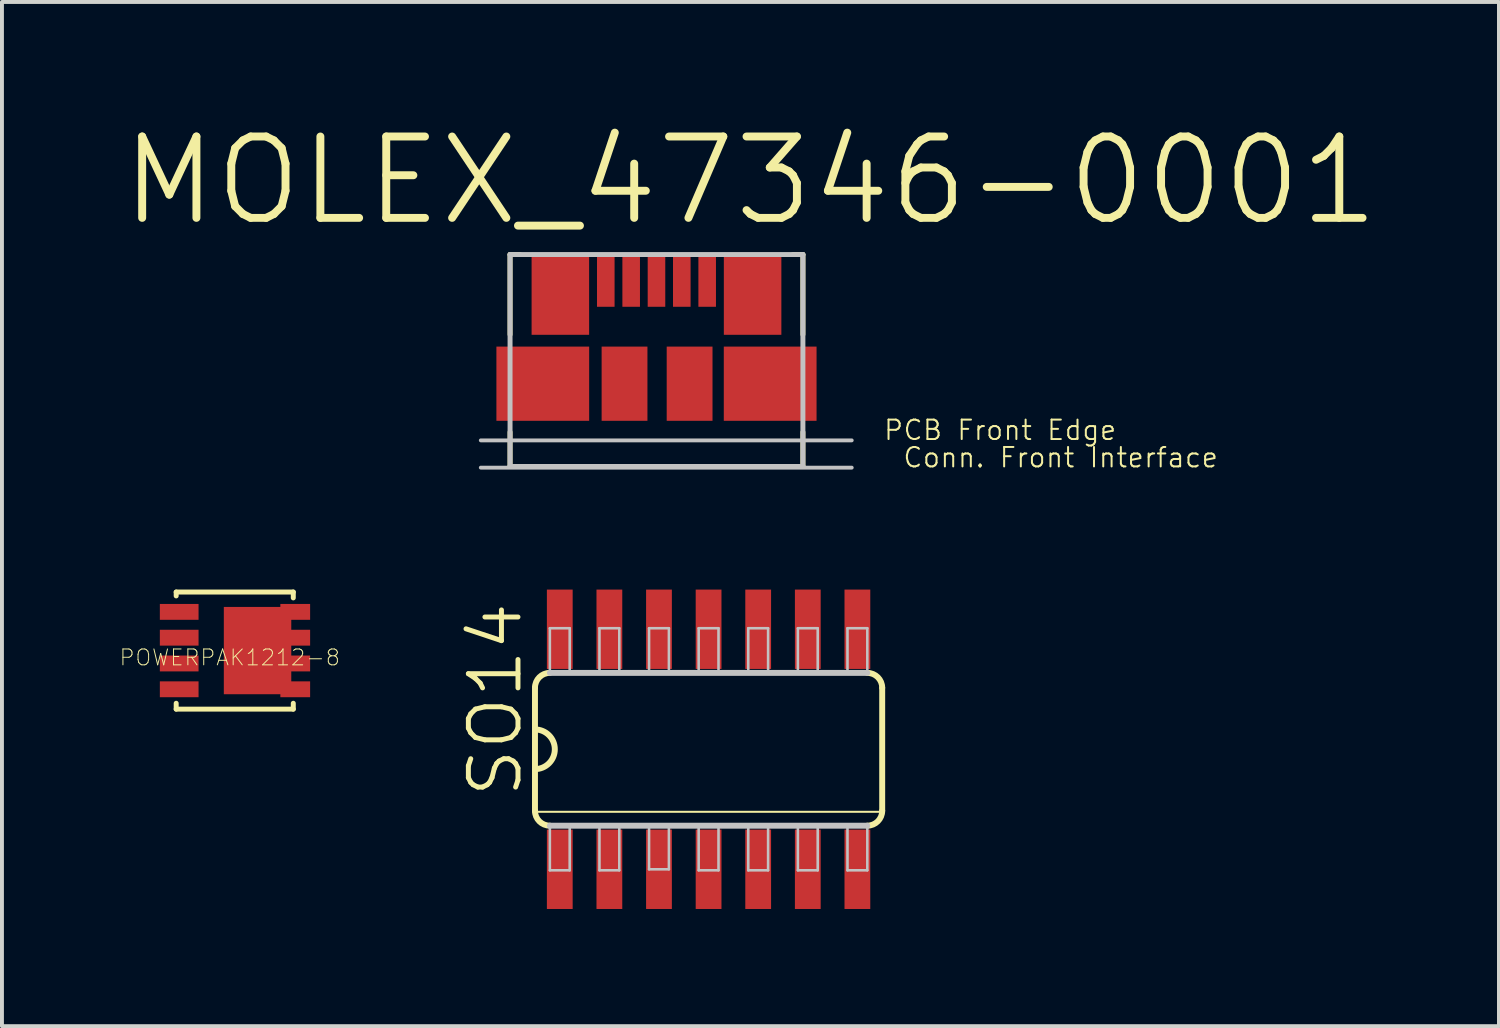
<source format=kicad_pcb>
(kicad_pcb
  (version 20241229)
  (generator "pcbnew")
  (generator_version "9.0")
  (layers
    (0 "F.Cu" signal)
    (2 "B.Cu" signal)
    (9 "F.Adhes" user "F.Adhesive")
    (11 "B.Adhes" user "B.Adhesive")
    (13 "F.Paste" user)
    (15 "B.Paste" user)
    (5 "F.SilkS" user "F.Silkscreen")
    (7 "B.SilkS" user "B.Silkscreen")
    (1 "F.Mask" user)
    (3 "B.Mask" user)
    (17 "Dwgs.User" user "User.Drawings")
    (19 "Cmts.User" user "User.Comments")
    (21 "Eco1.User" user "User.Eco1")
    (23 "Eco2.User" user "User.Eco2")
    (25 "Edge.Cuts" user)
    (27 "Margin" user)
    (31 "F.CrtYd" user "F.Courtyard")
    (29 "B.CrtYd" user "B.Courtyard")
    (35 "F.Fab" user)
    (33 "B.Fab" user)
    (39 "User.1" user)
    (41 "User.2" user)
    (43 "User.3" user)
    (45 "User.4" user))
  (footprint "MOLEX_47346-0001"
    (layer "F.Cu")
    (at 13.758 4.115)
    (property "Reference" "MOLEX_47346-0001" (at 2.405 -2.54 0) (layer "F.SilkS") (effects (font (size 2.083 2.083) (thickness 0.203))))
    (attr smd)
    (fp_line (start -3.749 -0.648) (end -3.749 1.4) (stroke (width 0.127) (type solid)) (layer "F.SilkS"))
    (fp_line (start -3.749 3.899) (end -3.749 4.778) (stroke (width 0.127) (type solid)) (layer "F.SilkS"))
    (fp_line (start -3.749 4.778) (end 3.749 4.778) (stroke (width 0.127) (type solid)) (layer "F.SilkS"))
    (fp_line (start -3.498 -0.648) (end -3.749 -0.648) (stroke (width 0.127) (type solid)) (layer "F.SilkS"))
    (fp_line (start 3.498 -0.648) (end 3.749 -0.648) (stroke (width 0.127) (type solid)) (layer "F.SilkS"))
    (fp_line (start 3.749 -0.648) (end 3.749 1.4) (stroke (width 0.127) (type solid)) (layer "F.SilkS"))
    (fp_line (start 3.749 4.778) (end 3.749 3.899) (stroke (width 0.127) (type solid)) (layer "F.SilkS"))
    (fp_line (start -4.498 4.11) (end 4.999 4.11) (stroke (width 0.099) (type solid)) (layer "Dwgs.User"))
    (fp_line (start -4.498 4.808) (end 4.999 4.808) (stroke (width 0.099) (type solid)) (layer "Dwgs.User"))
    (fp_line (start -3.749 -0.648) (end -3.749 4.778) (stroke (width 0.127) (type solid)) (layer "Dwgs.User"))
    (fp_line (start -3.749 4.778) (end 3.749 4.778) (stroke (width 0.127) (type solid)) (layer "Dwgs.User"))
    (fp_line (start 3.749 -0.648) (end -3.749 -0.648) (stroke (width 0.127) (type solid)) (layer "Dwgs.User"))
    (fp_line (start 3.749 4.778) (end 3.749 -0.648) (stroke (width 0.127) (type solid)) (layer "Dwgs.User"))
    (fp_text user "Conn. Front Interface" (at 10.348 4.549 0) (layer "F.SilkS") (effects (font (size 0.498 0.498) (thickness 0.051))))
    (fp_text user "PCB Front Edge" (at 8.799 3.848 0) (layer "F.SilkS") (effects (font (size 0.498 0.498) (thickness 0.051))))
    (pad "1" smd rect (at -1.298 0 90) (size 1.379 0.45) (layers "F.Cu" "F.Mask" "F.Paste"))
    (pad "2" smd rect (at -0.648 0 90) (size 1.379 0.45) (layers "F.Cu" "F.Mask" "F.Paste"))
    (pad "3" smd rect (at 0 0 90) (size 1.379 0.45) (layers "F.Cu" "F.Mask" "F.Paste"))
    (pad "4" smd rect (at 0.648 0 90) (size 1.379 0.45) (layers "F.Cu" "F.Mask" "F.Paste"))
    (pad "5" smd rect (at 1.298 0 90) (size 1.379 0.45) (layers "F.Cu" "F.Mask" "F.Paste"))
    (pad "M1" smd rect (at -2.461 0.358 180) (size 1.473 2.098) (layers "F.Cu" "F.Mask" "F.Paste"))
    (pad "M2" smd rect (at 2.461 0.358 180) (size 1.473 2.098) (layers "F.Cu" "F.Mask" "F.Paste"))
    (pad "M3" smd rect (at -2.911 2.659) (size 2.375 1.9) (layers "F.Cu" "F.Mask" "F.Paste"))
    (pad "M4" smd rect (at -0.818 2.659) (size 1.173 1.9) (layers "F.Cu" "F.Mask" "F.Paste"))
    (pad "M5" smd rect (at 0.848 2.659) (size 1.173 1.9) (layers "F.Cu" "F.Mask" "F.Paste"))
    (pad "M6" smd rect (at 2.911 2.659) (size 2.375 1.9) (layers "F.Cu" "F.Mask" "F.Paste")))
  (footprint "POWERPAK1212-8"
    (layer "F.Cu")
    (at 2.96 13.607)
    (property "Reference" "POWERPAK1212-8" (at -0.127 0.178 0) (layer "F.SilkS") (effects (font (size 0.406 0.406) (thickness 0.025))))
    (attr smd)
    (fp_line (start -1.499 -1.499) (end -1.499 -1.4) (stroke (width 0.127) (type solid)) (layer "F.SilkS"))
    (fp_line (start -1.499 -1.499) (end 1.499 -1.499) (stroke (width 0.127) (type solid)) (layer "F.SilkS"))
    (fp_line (start -1.499 1.499) (end -1.499 1.349) (stroke (width 0.127) (type solid)) (layer "F.SilkS"))
    (fp_line (start -1.499 1.499) (end 1.499 1.499) (stroke (width 0.127) (type solid)) (layer "F.SilkS"))
    (fp_line (start 1.499 -1.499) (end 1.499 -1.349) (stroke (width 0.127) (type solid)) (layer "F.SilkS"))
    (fp_line (start 1.499 1.499) (end 1.499 1.349) (stroke (width 0.127) (type solid)) (layer "F.SilkS"))
    (pad "D1" smd rect (at 1.549 -0.991) (size 0.762 0.406) (layers "F.Cu" "F.Mask" "F.Paste"))
    (pad "D2" smd rect (at 1.549 -0.33) (size 0.762 0.406) (layers "F.Cu" "F.Mask" "F.Paste"))
    (pad "D3" smd rect (at 1.549 0.33) (size 0.762 0.406) (layers "F.Cu" "F.Mask" "F.Paste"))
    (pad "D4" smd rect (at 1.549 0.991) (size 0.762 0.406) (layers "F.Cu" "F.Mask" "F.Paste"))
    (pad "DPAD" smd rect (at 0.584 0) (size 1.727 2.235) (layers "F.Cu" "F.Mask" "F.Paste"))
    (pad "G" smd rect (at -1.422 0.991) (size 0.991 0.406) (layers "F.Cu" "F.Mask" "F.Paste"))
    (pad "S1" smd rect (at -1.422 -0.991) (size 0.991 0.406) (layers "F.Cu" "F.Mask" "F.Paste"))
    (pad "S2" smd rect (at -1.422 -0.33) (size 0.991 0.406) (layers "F.Cu" "F.Mask" "F.Paste"))
    (pad "S3" smd rect (at -1.422 0.33) (size 0.991 0.406) (layers "F.Cu" "F.Mask" "F.Paste")))
  (footprint "SO14"
    (layer "F.Cu")
    (at 15.092 16.134)
    (property "Reference" "SO14" (at -5.461 -1.27 90) (layer "F.SilkS") (effects (font (size 1.27 1.27) (thickness 0.127))))
    (attr smd)
    (fp_line (start -4.445 -1.575) (end -4.445 -0.508) (stroke (width 0.152) (type solid)) (layer "F.SilkS"))
    (fp_line (start -4.445 -0.508) (end -4.445 0.508) (stroke (width 0.152) (type solid)) (layer "F.SilkS"))
    (fp_line (start -4.445 0.508) (end -4.445 1.575) (stroke (width 0.152) (type solid)) (layer "F.SilkS"))
    (fp_line (start -4.445 1.6) (end 4.445 1.6) (stroke (width 0.051) (type solid)) (layer "F.SilkS"))
    (fp_line (start 4.445 1.575) (end 4.445 -1.575) (stroke (width 0.152) (type solid)) (layer "F.SilkS"))
    (fp_arc (start -4.445 -1.5748) (mid -4.333408 -1.844208) (end -4.064 -1.9558) (stroke (width 0.1524) (type solid)) (layer "F.SilkS"))
    (fp_arc (start -4.445 -0.508) (mid -3.937 0) (end -4.445 0.508) (stroke (width 0.1524) (type solid)) (layer "F.SilkS"))
    (fp_arc (start -4.064 1.9558) (mid -4.333408 1.844208) (end -4.445 1.5748) (stroke (width 0.1524) (type solid)) (layer "F.SilkS"))
    (fp_arc (start 4.064 -1.9558) (mid 4.333408 -1.844208) (end 4.445 -1.5748) (stroke (width 0.1524) (type solid)) (layer "F.SilkS"))
    (fp_arc (start 4.445 1.5748) (mid 4.333408 1.844208) (end 4.064 1.9558) (stroke (width 0.1524) (type solid)) (layer "F.SilkS"))
    (fp_line (start -4.064 -3.099) (end -3.556 -3.099) (stroke (width 0.066) (type solid)) (layer "Dwgs.User"))
    (fp_line (start -4.064 -1.956) (end -4.064 -3.099) (stroke (width 0.066) (type solid)) (layer "Dwgs.User"))
    (fp_line (start -4.064 -1.956) (end -3.556 -1.956) (stroke (width 0.066) (type solid)) (layer "Dwgs.User"))
    (fp_line (start -4.064 1.956) (end -3.556 1.956) (stroke (width 0.066) (type solid)) (layer "Dwgs.User"))
    (fp_line (start -4.064 1.956) (end 4.064 1.956) (stroke (width 0.152) (type solid)) (layer "Dwgs.User"))
    (fp_line (start -4.064 3.099) (end -4.064 1.956) (stroke (width 0.066) (type solid)) (layer "Dwgs.User"))
    (fp_line (start -4.064 3.099) (end -3.556 3.099) (stroke (width 0.066) (type solid)) (layer "Dwgs.User"))
    (fp_line (start -3.556 -1.956) (end -3.556 -3.099) (stroke (width 0.066) (type solid)) (layer "Dwgs.User"))
    (fp_line (start -3.556 3.099) (end -3.556 1.956) (stroke (width 0.066) (type solid)) (layer "Dwgs.User"))
    (fp_line (start -2.794 -3.099) (end -2.286 -3.099) (stroke (width 0.066) (type solid)) (layer "Dwgs.User"))
    (fp_line (start -2.794 -1.956) (end -2.794 -3.099) (stroke (width 0.066) (type solid)) (layer "Dwgs.User"))
    (fp_line (start -2.794 -1.956) (end -2.286 -1.956) (stroke (width 0.066) (type solid)) (layer "Dwgs.User"))
    (fp_line (start -2.794 1.956) (end -2.286 1.956) (stroke (width 0.066) (type solid)) (layer "Dwgs.User"))
    (fp_line (start -2.794 3.099) (end -2.794 1.956) (stroke (width 0.066) (type solid)) (layer "Dwgs.User"))
    (fp_line (start -2.794 3.099) (end -2.286 3.099) (stroke (width 0.066) (type solid)) (layer "Dwgs.User"))
    (fp_line (start -2.286 -1.956) (end -2.286 -3.099) (stroke (width 0.066) (type solid)) (layer "Dwgs.User"))
    (fp_line (start -2.286 3.099) (end -2.286 1.956) (stroke (width 0.066) (type solid)) (layer "Dwgs.User"))
    (fp_line (start -1.524 -3.099) (end -1.016 -3.099) (stroke (width 0.066) (type solid)) (layer "Dwgs.User"))
    (fp_line (start -1.524 -1.956) (end -1.524 -3.099) (stroke (width 0.066) (type solid)) (layer "Dwgs.User"))
    (fp_line (start -1.524 -1.956) (end -1.016 -1.956) (stroke (width 0.066) (type solid)) (layer "Dwgs.User"))
    (fp_line (start -1.524 1.93) (end -1.016 1.93) (stroke (width 0.066) (type solid)) (layer "Dwgs.User"))
    (fp_line (start -1.524 3.073) (end -1.524 1.93) (stroke (width 0.066) (type solid)) (layer "Dwgs.User"))
    (fp_line (start -1.524 3.073) (end -1.016 3.073) (stroke (width 0.066) (type solid)) (layer "Dwgs.User"))
    (fp_line (start -1.016 -1.956) (end -1.016 -3.099) (stroke (width 0.066) (type solid)) (layer "Dwgs.User"))
    (fp_line (start -1.016 3.073) (end -1.016 1.93) (stroke (width 0.066) (type solid)) (layer "Dwgs.User"))
    (fp_line (start -0.254 -3.099) (end 0.254 -3.099) (stroke (width 0.066) (type solid)) (layer "Dwgs.User"))
    (fp_line (start -0.254 -1.956) (end -0.254 -3.099) (stroke (width 0.066) (type solid)) (layer "Dwgs.User"))
    (fp_line (start -0.254 -1.956) (end 0.254 -1.956) (stroke (width 0.066) (type solid)) (layer "Dwgs.User"))
    (fp_line (start -0.254 1.956) (end 0.254 1.956) (stroke (width 0.066) (type solid)) (layer "Dwgs.User"))
    (fp_line (start -0.254 3.099) (end -0.254 1.956) (stroke (width 0.066) (type solid)) (layer "Dwgs.User"))
    (fp_line (start -0.254 3.099) (end 0.254 3.099) (stroke (width 0.066) (type solid)) (layer "Dwgs.User"))
    (fp_line (start 0.254 -1.956) (end 0.254 -3.099) (stroke (width 0.066) (type solid)) (layer "Dwgs.User"))
    (fp_line (start 0.254 3.099) (end 0.254 1.956) (stroke (width 0.066) (type solid)) (layer "Dwgs.User"))
    (fp_line (start 1.016 -3.099) (end 1.524 -3.099) (stroke (width 0.066) (type solid)) (layer "Dwgs.User"))
    (fp_line (start 1.016 -1.956) (end 1.016 -3.099) (stroke (width 0.066) (type solid)) (layer "Dwgs.User"))
    (fp_line (start 1.016 -1.956) (end 1.524 -1.956) (stroke (width 0.066) (type solid)) (layer "Dwgs.User"))
    (fp_line (start 1.016 1.956) (end 1.524 1.956) (stroke (width 0.066) (type solid)) (layer "Dwgs.User"))
    (fp_line (start 1.016 3.099) (end 1.016 1.956) (stroke (width 0.066) (type solid)) (layer "Dwgs.User"))
    (fp_line (start 1.016 3.099) (end 1.524 3.099) (stroke (width 0.066) (type solid)) (layer "Dwgs.User"))
    (fp_line (start 1.524 -1.956) (end 1.524 -3.099) (stroke (width 0.066) (type solid)) (layer "Dwgs.User"))
    (fp_line (start 1.524 3.099) (end 1.524 1.956) (stroke (width 0.066) (type solid)) (layer "Dwgs.User"))
    (fp_line (start 2.286 -3.099) (end 2.794 -3.099) (stroke (width 0.066) (type solid)) (layer "Dwgs.User"))
    (fp_line (start 2.286 -1.956) (end 2.286 -3.099) (stroke (width 0.066) (type solid)) (layer "Dwgs.User"))
    (fp_line (start 2.286 -1.956) (end 2.794 -1.956) (stroke (width 0.066) (type solid)) (layer "Dwgs.User"))
    (fp_line (start 2.286 1.956) (end 2.794 1.956) (stroke (width 0.066) (type solid)) (layer "Dwgs.User"))
    (fp_line (start 2.286 3.099) (end 2.286 1.956) (stroke (width 0.066) (type solid)) (layer "Dwgs.User"))
    (fp_line (start 2.286 3.099) (end 2.794 3.099) (stroke (width 0.066) (type solid)) (layer "Dwgs.User"))
    (fp_line (start 2.794 -1.956) (end 2.794 -3.099) (stroke (width 0.066) (type solid)) (layer "Dwgs.User"))
    (fp_line (start 2.794 3.099) (end 2.794 1.956) (stroke (width 0.066) (type solid)) (layer "Dwgs.User"))
    (fp_line (start 3.556 -3.099) (end 4.064 -3.099) (stroke (width 0.066) (type solid)) (layer "Dwgs.User"))
    (fp_line (start 3.556 -1.956) (end 3.556 -3.099) (stroke (width 0.066) (type solid)) (layer "Dwgs.User"))
    (fp_line (start 3.556 -1.956) (end 4.064 -1.956) (stroke (width 0.066) (type solid)) (layer "Dwgs.User"))
    (fp_line (start 3.556 1.956) (end 4.064 1.956) (stroke (width 0.066) (type solid)) (layer "Dwgs.User"))
    (fp_line (start 3.556 3.099) (end 3.556 1.956) (stroke (width 0.066) (type solid)) (layer "Dwgs.User"))
    (fp_line (start 3.556 3.099) (end 4.064 3.099) (stroke (width 0.066) (type solid)) (layer "Dwgs.User"))
    (fp_line (start 4.064 -1.956) (end -4.064 -1.956) (stroke (width 0.152) (type solid)) (layer "Dwgs.User"))
    (fp_line (start 4.064 -1.956) (end 4.064 -3.099) (stroke (width 0.066) (type solid)) (layer "Dwgs.User"))
    (fp_line (start 4.064 3.099) (end 4.064 1.956) (stroke (width 0.066) (type solid)) (layer "Dwgs.User"))
    (pad "1" smd rect (at -3.81 3.073) (size 0.66 2.032) (layers "F.Cu" "F.Mask" "F.Paste"))
    (pad "2" smd rect (at -2.54 3.073) (size 0.66 2.032) (layers "F.Cu" "F.Mask" "F.Paste"))
    (pad "3" smd rect (at -1.27 3.073) (size 0.66 2.032) (layers "F.Cu" "F.Mask" "F.Paste"))
    (pad "4" smd rect (at 0 3.073) (size 0.66 2.032) (layers "F.Cu" "F.Mask" "F.Paste"))
    (pad "5" smd rect (at 1.27 3.073) (size 0.66 2.032) (layers "F.Cu" "F.Mask" "F.Paste"))
    (pad "6" smd rect (at 2.54 3.073) (size 0.66 2.032) (layers "F.Cu" "F.Mask" "F.Paste"))
    (pad "7" smd rect (at 3.81 3.073) (size 0.66 2.032) (layers "F.Cu" "F.Mask" "F.Paste"))
    (pad "8" smd rect (at 3.81 -3.073) (size 0.66 2.032) (layers "F.Cu" "F.Mask" "F.Paste"))
    (pad "9" smd rect (at 2.54 -3.073) (size 0.66 2.032) (layers "F.Cu" "F.Mask" "F.Paste"))
    (pad "10" smd rect (at 1.27 -3.073) (size 0.66 2.032) (layers "F.Cu" "F.Mask" "F.Paste"))
    (pad "11" smd rect (at 0 -3.073) (size 0.66 2.032) (layers "F.Cu" "F.Mask" "F.Paste"))
    (pad "12" smd rect (at -1.27 -3.073) (size 0.66 2.032) (layers "F.Cu" "F.Mask" "F.Paste"))
    (pad "13" smd rect (at -2.54 -3.073) (size 0.66 2.032) (layers "F.Cu" "F.Mask" "F.Paste"))
    (pad "14" smd rect (at -3.81 -3.073) (size 0.66 2.032) (layers "F.Cu" "F.Mask" "F.Paste")))
  (gr_rect
    (start -3 -3)
    (end 35.328 23.223)
    (stroke (width 0.1) (type default))
    (fill no)
    (layer "Edge.Cuts")))
</source>
